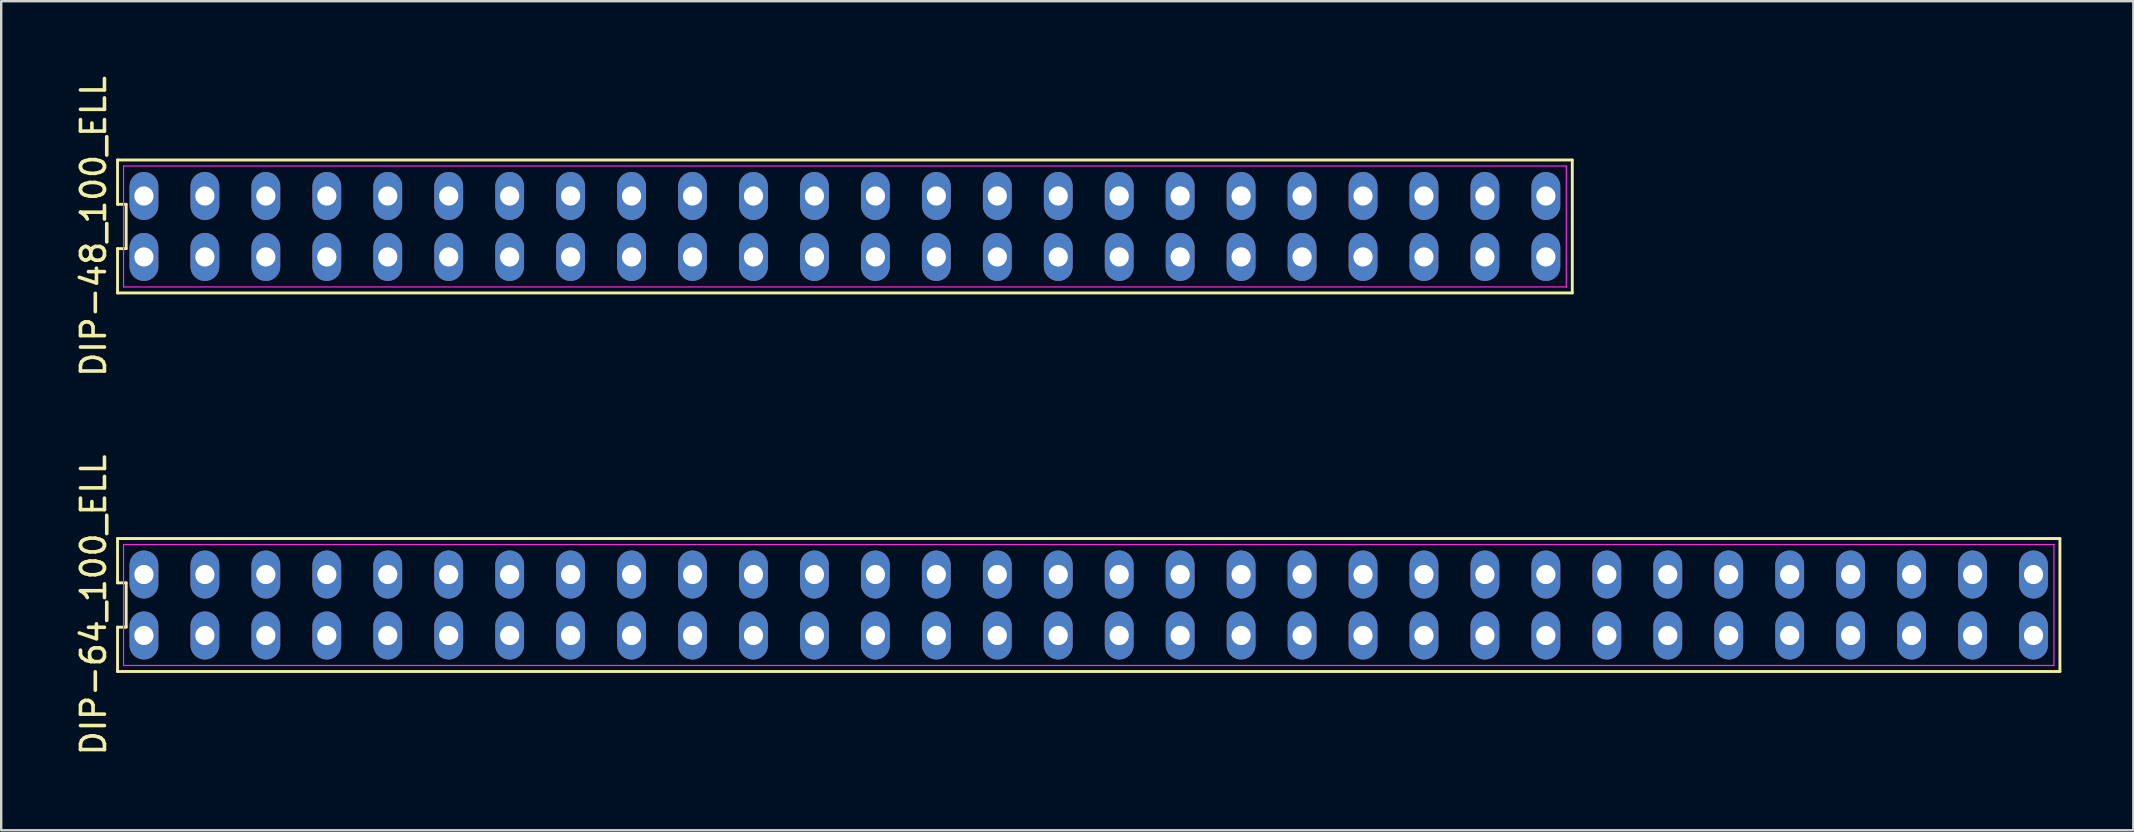
<source format=kicad_pcb>
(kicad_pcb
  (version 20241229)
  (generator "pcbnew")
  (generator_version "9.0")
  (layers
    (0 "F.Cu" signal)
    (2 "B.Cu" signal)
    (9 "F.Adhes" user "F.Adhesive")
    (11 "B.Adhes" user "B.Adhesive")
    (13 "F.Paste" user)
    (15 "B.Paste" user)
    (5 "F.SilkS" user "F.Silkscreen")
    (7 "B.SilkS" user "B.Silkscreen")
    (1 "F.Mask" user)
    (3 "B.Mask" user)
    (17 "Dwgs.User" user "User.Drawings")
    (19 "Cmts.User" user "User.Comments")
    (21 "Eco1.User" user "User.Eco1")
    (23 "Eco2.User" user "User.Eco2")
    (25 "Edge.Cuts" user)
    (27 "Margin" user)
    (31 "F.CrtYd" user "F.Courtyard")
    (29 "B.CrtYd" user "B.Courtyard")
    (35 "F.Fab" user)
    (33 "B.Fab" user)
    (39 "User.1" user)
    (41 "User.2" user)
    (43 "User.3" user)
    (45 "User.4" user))
  (footprint "DIP-48_100_ELL"
    (layer "F.Cu")
    (at 32.158 6.387)
    (property "Reference" "DIP-48_100_ELL" (at -31.31 0 90) (layer "F.SilkS") (effects (font (size 1 1) (thickness 0.15))))
    (fp_line (start -30.31 -2.77) (end -30.31 -0.923) (stroke (width 0.12) (type solid)) (layer "F.SilkS"))
    (fp_line (start -30.31 -0.923) (end -29.95 -0.923) (stroke (width 0.12) (type solid)) (layer "F.SilkS"))
    (fp_line (start -30.31 0.923) (end -30.31 2.77) (stroke (width 0.12) (type solid)) (layer "F.SilkS"))
    (fp_line (start -30.31 2.77) (end 30.31 2.77) (stroke (width 0.12) (type solid)) (layer "F.SilkS"))
    (fp_line (start -29.95 -0.923) (end -29.95 0.923) (stroke (width 0.12) (type solid)) (layer "F.SilkS"))
    (fp_line (start -29.95 0.923) (end -30.31 0.923) (stroke (width 0.12) (type solid)) (layer "F.SilkS"))
    (fp_line (start 30.31 -2.77) (end -30.31 -2.77) (stroke (width 0.12) (type solid)) (layer "F.SilkS"))
    (fp_line (start 30.31 2.77) (end 30.31 -2.77) (stroke (width 0.12) (type solid)) (layer "F.SilkS"))
    (fp_line (start -30.06 -2.52) (end 30.06 -2.52) (stroke (width 0.05) (type solid)) (layer "F.CrtYd"))
    (fp_line (start -30.06 2.52) (end -30.06 -2.52) (stroke (width 0.05) (type solid)) (layer "F.CrtYd"))
    (fp_line (start 30.06 -2.52) (end 30.06 2.52) (stroke (width 0.05) (type solid)) (layer "F.CrtYd"))
    (fp_line (start 30.06 2.52) (end -30.06 2.52) (stroke (width 0.05) (type solid)) (layer "F.CrtYd"))
    (pad "1" thru_hole oval (at -29.21 1.27) (size 1.2 2) (drill 0.8) (layers "*.Cu" "*.Mask"))
    (pad "2" thru_hole oval (at -26.67 1.27) (size 1.2 2) (drill 0.8) (layers "*.Cu" "*.Mask"))
    (pad "3" thru_hole oval (at -24.13 1.27) (size 1.2 2) (drill 0.8) (layers "*.Cu" "*.Mask"))
    (pad "4" thru_hole oval (at -21.59 1.27) (size 1.2 2) (drill 0.8) (layers "*.Cu" "*.Mask"))
    (pad "5" thru_hole oval (at -19.05 1.27) (size 1.2 2) (drill 0.8) (layers "*.Cu" "*.Mask"))
    (pad "6" thru_hole oval (at -16.51 1.27) (size 1.2 2) (drill 0.8) (layers "*.Cu" "*.Mask"))
    (pad "7" thru_hole oval (at -13.97 1.27) (size 1.2 2) (drill 0.8) (layers "*.Cu" "*.Mask"))
    (pad "8" thru_hole oval (at -11.43 1.27) (size 1.2 2) (drill 0.8) (layers "*.Cu" "*.Mask"))
    (pad "9" thru_hole oval (at -8.89 1.27) (size 1.2 2) (drill 0.8) (layers "*.Cu" "*.Mask"))
    (pad "10" thru_hole oval (at -6.35 1.27) (size 1.2 2) (drill 0.8) (layers "*.Cu" "*.Mask"))
    (pad "11" thru_hole oval (at -3.81 1.27) (size 1.2 2) (drill 0.8) (layers "*.Cu" "*.Mask"))
    (pad "12" thru_hole oval (at -1.27 1.27) (size 1.2 2) (drill 0.8) (layers "*.Cu" "*.Mask"))
    (pad "13" thru_hole oval (at 1.27 1.27) (size 1.2 2) (drill 0.8) (layers "*.Cu" "*.Mask"))
    (pad "14" thru_hole oval (at 3.81 1.27) (size 1.2 2) (drill 0.8) (layers "*.Cu" "*.Mask"))
    (pad "15" thru_hole oval (at 6.35 1.27) (size 1.2 2) (drill 0.8) (layers "*.Cu" "*.Mask"))
    (pad "16" thru_hole oval (at 8.89 1.27) (size 1.2 2) (drill 0.8) (layers "*.Cu" "*.Mask"))
    (pad "17" thru_hole oval (at 11.43 1.27) (size 1.2 2) (drill 0.8) (layers "*.Cu" "*.Mask"))
    (pad "18" thru_hole oval (at 13.97 1.27) (size 1.2 2) (drill 0.8) (layers "*.Cu" "*.Mask"))
    (pad "19" thru_hole oval (at 16.51 1.27) (size 1.2 2) (drill 0.8) (layers "*.Cu" "*.Mask"))
    (pad "20" thru_hole oval (at 19.05 1.27) (size 1.2 2) (drill 0.8) (layers "*.Cu" "*.Mask"))
    (pad "21" thru_hole oval (at 21.59 1.27) (size 1.2 2) (drill 0.8) (layers "*.Cu" "*.Mask"))
    (pad "22" thru_hole oval (at 24.13 1.27) (size 1.2 2) (drill 0.8) (layers "*.Cu" "*.Mask"))
    (pad "23" thru_hole oval (at 26.67 1.27) (size 1.2 2) (drill 0.8) (layers "*.Cu" "*.Mask"))
    (pad "24" thru_hole oval (at 29.21 1.27) (size 1.2 2) (drill 0.8) (layers "*.Cu" "*.Mask"))
    (pad "25" thru_hole oval (at 29.21 -1.27) (size 1.2 2) (drill 0.8) (layers "*.Cu" "*.Mask"))
    (pad "26" thru_hole oval (at 26.67 -1.27) (size 1.2 2) (drill 0.8) (layers "*.Cu" "*.Mask"))
    (pad "27" thru_hole oval (at 24.13 -1.27) (size 1.2 2) (drill 0.8) (layers "*.Cu" "*.Mask"))
    (pad "28" thru_hole oval (at 21.59 -1.27) (size 1.2 2) (drill 0.8) (layers "*.Cu" "*.Mask"))
    (pad "29" thru_hole oval (at 19.05 -1.27) (size 1.2 2) (drill 0.8) (layers "*.Cu" "*.Mask"))
    (pad "30" thru_hole oval (at 16.51 -1.27) (size 1.2 2) (drill 0.8) (layers "*.Cu" "*.Mask"))
    (pad "31" thru_hole oval (at 13.97 -1.27) (size 1.2 2) (drill 0.8) (layers "*.Cu" "*.Mask"))
    (pad "32" thru_hole oval (at 11.43 -1.27) (size 1.2 2) (drill 0.8) (layers "*.Cu" "*.Mask"))
    (pad "33" thru_hole oval (at 8.89 -1.27) (size 1.2 2) (drill 0.8) (layers "*.Cu" "*.Mask"))
    (pad "34" thru_hole oval (at 6.35 -1.27) (size 1.2 2) (drill 0.8) (layers "*.Cu" "*.Mask"))
    (pad "35" thru_hole oval (at 3.81 -1.27) (size 1.2 2) (drill 0.8) (layers "*.Cu" "*.Mask"))
    (pad "36" thru_hole oval (at 1.27 -1.27) (size 1.2 2) (drill 0.8) (layers "*.Cu" "*.Mask"))
    (pad "37" thru_hole oval (at -1.27 -1.27) (size 1.2 2) (drill 0.8) (layers "*.Cu" "*.Mask"))
    (pad "38" thru_hole oval (at -3.81 -1.27) (size 1.2 2) (drill 0.8) (layers "*.Cu" "*.Mask"))
    (pad "39" thru_hole oval (at -6.35 -1.27) (size 1.2 2) (drill 0.8) (layers "*.Cu" "*.Mask"))
    (pad "40" thru_hole oval (at -8.89 -1.27) (size 1.2 2) (drill 0.8) (layers "*.Cu" "*.Mask"))
    (pad "41" thru_hole oval (at -11.43 -1.27) (size 1.2 2) (drill 0.8) (layers "*.Cu" "*.Mask"))
    (pad "42" thru_hole oval (at -13.97 -1.27) (size 1.2 2) (drill 0.8) (layers "*.Cu" "*.Mask"))
    (pad "43" thru_hole oval (at -16.51 -1.27) (size 1.2 2) (drill 0.8) (layers "*.Cu" "*.Mask"))
    (pad "44" thru_hole oval (at -19.05 -1.27) (size 1.2 2) (drill 0.8) (layers "*.Cu" "*.Mask"))
    (pad "45" thru_hole oval (at -21.59 -1.27) (size 1.2 2) (drill 0.8) (layers "*.Cu" "*.Mask"))
    (pad "46" thru_hole oval (at -24.13 -1.27) (size 1.2 2) (drill 0.8) (layers "*.Cu" "*.Mask"))
    (pad "47" thru_hole oval (at -26.67 -1.27) (size 1.2 2) (drill 0.8) (layers "*.Cu" "*.Mask"))
    (pad "48" thru_hole oval (at -29.21 -1.27) (size 1.2 2) (drill 0.8) (layers "*.Cu" "*.Mask")))
  (footprint "DIP-64_100_ELL"
    (layer "F.Cu")
    (at 42.318 22.161)
    (property "Reference" "DIP-64_100_ELL" (at -41.47 0 90) (layer "F.SilkS") (effects (font (size 1 1) (thickness 0.15))))
    (fp_line (start -40.47 -2.77) (end -40.47 -0.923) (stroke (width 0.12) (type solid)) (layer "F.SilkS"))
    (fp_line (start -40.47 -0.923) (end -40.11 -0.923) (stroke (width 0.12) (type solid)) (layer "F.SilkS"))
    (fp_line (start -40.47 0.923) (end -40.47 2.77) (stroke (width 0.12) (type solid)) (layer "F.SilkS"))
    (fp_line (start -40.47 2.77) (end 40.47 2.77) (stroke (width 0.12) (type solid)) (layer "F.SilkS"))
    (fp_line (start -40.11 -0.923) (end -40.11 0.923) (stroke (width 0.12) (type solid)) (layer "F.SilkS"))
    (fp_line (start -40.11 0.923) (end -40.47 0.923) (stroke (width 0.12) (type solid)) (layer "F.SilkS"))
    (fp_line (start 40.47 -2.77) (end -40.47 -2.77) (stroke (width 0.12) (type solid)) (layer "F.SilkS"))
    (fp_line (start 40.47 2.77) (end 40.47 -2.77) (stroke (width 0.12) (type solid)) (layer "F.SilkS"))
    (fp_line (start -40.22 -2.52) (end 40.22 -2.52) (stroke (width 0.05) (type solid)) (layer "F.CrtYd"))
    (fp_line (start -40.22 2.52) (end -40.22 -2.52) (stroke (width 0.05) (type solid)) (layer "F.CrtYd"))
    (fp_line (start 40.22 -2.52) (end 40.22 2.52) (stroke (width 0.05) (type solid)) (layer "F.CrtYd"))
    (fp_line (start 40.22 2.52) (end -40.22 2.52) (stroke (width 0.05) (type solid)) (layer "F.CrtYd"))
    (pad "1" thru_hole oval (at -39.37 1.27) (size 1.2 2) (drill 0.8) (layers "*.Cu" "*.Mask"))
    (pad "2" thru_hole oval (at -36.83 1.27) (size 1.2 2) (drill 0.8) (layers "*.Cu" "*.Mask"))
    (pad "3" thru_hole oval (at -34.29 1.27) (size 1.2 2) (drill 0.8) (layers "*.Cu" "*.Mask"))
    (pad "4" thru_hole oval (at -31.75 1.27) (size 1.2 2) (drill 0.8) (layers "*.Cu" "*.Mask"))
    (pad "5" thru_hole oval (at -29.21 1.27) (size 1.2 2) (drill 0.8) (layers "*.Cu" "*.Mask"))
    (pad "6" thru_hole oval (at -26.67 1.27) (size 1.2 2) (drill 0.8) (layers "*.Cu" "*.Mask"))
    (pad "7" thru_hole oval (at -24.13 1.27) (size 1.2 2) (drill 0.8) (layers "*.Cu" "*.Mask"))
    (pad "8" thru_hole oval (at -21.59 1.27) (size 1.2 2) (drill 0.8) (layers "*.Cu" "*.Mask"))
    (pad "9" thru_hole oval (at -19.05 1.27) (size 1.2 2) (drill 0.8) (layers "*.Cu" "*.Mask"))
    (pad "10" thru_hole oval (at -16.51 1.27) (size 1.2 2) (drill 0.8) (layers "*.Cu" "*.Mask"))
    (pad "11" thru_hole oval (at -13.97 1.27) (size 1.2 2) (drill 0.8) (layers "*.Cu" "*.Mask"))
    (pad "12" thru_hole oval (at -11.43 1.27) (size 1.2 2) (drill 0.8) (layers "*.Cu" "*.Mask"))
    (pad "13" thru_hole oval (at -8.89 1.27) (size 1.2 2) (drill 0.8) (layers "*.Cu" "*.Mask"))
    (pad "14" thru_hole oval (at -6.35 1.27) (size 1.2 2) (drill 0.8) (layers "*.Cu" "*.Mask"))
    (pad "15" thru_hole oval (at -3.81 1.27) (size 1.2 2) (drill 0.8) (layers "*.Cu" "*.Mask"))
    (pad "16" thru_hole oval (at -1.27 1.27) (size 1.2 2) (drill 0.8) (layers "*.Cu" "*.Mask"))
    (pad "17" thru_hole oval (at 1.27 1.27) (size 1.2 2) (drill 0.8) (layers "*.Cu" "*.Mask"))
    (pad "18" thru_hole oval (at 3.81 1.27) (size 1.2 2) (drill 0.8) (layers "*.Cu" "*.Mask"))
    (pad "19" thru_hole oval (at 6.35 1.27) (size 1.2 2) (drill 0.8) (layers "*.Cu" "*.Mask"))
    (pad "20" thru_hole oval (at 8.89 1.27) (size 1.2 2) (drill 0.8) (layers "*.Cu" "*.Mask"))
    (pad "21" thru_hole oval (at 11.43 1.27) (size 1.2 2) (drill 0.8) (layers "*.Cu" "*.Mask"))
    (pad "22" thru_hole oval (at 13.97 1.27) (size 1.2 2) (drill 0.8) (layers "*.Cu" "*.Mask"))
    (pad "23" thru_hole oval (at 16.51 1.27) (size 1.2 2) (drill 0.8) (layers "*.Cu" "*.Mask"))
    (pad "24" thru_hole oval (at 19.05 1.27) (size 1.2 2) (drill 0.8) (layers "*.Cu" "*.Mask"))
    (pad "25" thru_hole oval (at 21.59 1.27) (size 1.2 2) (drill 0.8) (layers "*.Cu" "*.Mask"))
    (pad "26" thru_hole oval (at 24.13 1.27) (size 1.2 2) (drill 0.8) (layers "*.Cu" "*.Mask"))
    (pad "27" thru_hole oval (at 26.67 1.27) (size 1.2 2) (drill 0.8) (layers "*.Cu" "*.Mask"))
    (pad "28" thru_hole oval (at 29.21 1.27) (size 1.2 2) (drill 0.8) (layers "*.Cu" "*.Mask"))
    (pad "29" thru_hole oval (at 31.75 1.27) (size 1.2 2) (drill 0.8) (layers "*.Cu" "*.Mask"))
    (pad "30" thru_hole oval (at 34.29 1.27) (size 1.2 2) (drill 0.8) (layers "*.Cu" "*.Mask"))
    (pad "31" thru_hole oval (at 36.83 1.27) (size 1.2 2) (drill 0.8) (layers "*.Cu" "*.Mask"))
    (pad "32" thru_hole oval (at 39.37 1.27) (size 1.2 2) (drill 0.8) (layers "*.Cu" "*.Mask"))
    (pad "33" thru_hole oval (at 39.37 -1.27) (size 1.2 2) (drill 0.8) (layers "*.Cu" "*.Mask"))
    (pad "34" thru_hole oval (at 36.83 -1.27) (size 1.2 2) (drill 0.8) (layers "*.Cu" "*.Mask"))
    (pad "35" thru_hole oval (at 34.29 -1.27) (size 1.2 2) (drill 0.8) (layers "*.Cu" "*.Mask"))
    (pad "36" thru_hole oval (at 31.75 -1.27) (size 1.2 2) (drill 0.8) (layers "*.Cu" "*.Mask"))
    (pad "37" thru_hole oval (at 29.21 -1.27) (size 1.2 2) (drill 0.8) (layers "*.Cu" "*.Mask"))
    (pad "38" thru_hole oval (at 26.67 -1.27) (size 1.2 2) (drill 0.8) (layers "*.Cu" "*.Mask"))
    (pad "39" thru_hole oval (at 24.13 -1.27) (size 1.2 2) (drill 0.8) (layers "*.Cu" "*.Mask"))
    (pad "40" thru_hole oval (at 21.59 -1.27) (size 1.2 2) (drill 0.8) (layers "*.Cu" "*.Mask"))
    (pad "41" thru_hole oval (at 19.05 -1.27) (size 1.2 2) (drill 0.8) (layers "*.Cu" "*.Mask"))
    (pad "42" thru_hole oval (at 16.51 -1.27) (size 1.2 2) (drill 0.8) (layers "*.Cu" "*.Mask"))
    (pad "43" thru_hole oval (at 13.97 -1.27) (size 1.2 2) (drill 0.8) (layers "*.Cu" "*.Mask"))
    (pad "44" thru_hole oval (at 11.43 -1.27) (size 1.2 2) (drill 0.8) (layers "*.Cu" "*.Mask"))
    (pad "45" thru_hole oval (at 8.89 -1.27) (size 1.2 2) (drill 0.8) (layers "*.Cu" "*.Mask"))
    (pad "46" thru_hole oval (at 6.35 -1.27) (size 1.2 2) (drill 0.8) (layers "*.Cu" "*.Mask"))
    (pad "47" thru_hole oval (at 3.81 -1.27) (size 1.2 2) (drill 0.8) (layers "*.Cu" "*.Mask"))
    (pad "48" thru_hole oval (at 1.27 -1.27) (size 1.2 2) (drill 0.8) (layers "*.Cu" "*.Mask"))
    (pad "49" thru_hole oval (at -1.27 -1.27) (size 1.2 2) (drill 0.8) (layers "*.Cu" "*.Mask"))
    (pad "50" thru_hole oval (at -3.81 -1.27) (size 1.2 2) (drill 0.8) (layers "*.Cu" "*.Mask"))
    (pad "51" thru_hole oval (at -6.35 -1.27) (size 1.2 2) (drill 0.8) (layers "*.Cu" "*.Mask"))
    (pad "52" thru_hole oval (at -8.89 -1.27) (size 1.2 2) (drill 0.8) (layers "*.Cu" "*.Mask"))
    (pad "53" thru_hole oval (at -11.43 -1.27) (size 1.2 2) (drill 0.8) (layers "*.Cu" "*.Mask"))
    (pad "54" thru_hole oval (at -13.97 -1.27) (size 1.2 2) (drill 0.8) (layers "*.Cu" "*.Mask"))
    (pad "55" thru_hole oval (at -16.51 -1.27) (size 1.2 2) (drill 0.8) (layers "*.Cu" "*.Mask"))
    (pad "56" thru_hole oval (at -19.05 -1.27) (size 1.2 2) (drill 0.8) (layers "*.Cu" "*.Mask"))
    (pad "57" thru_hole oval (at -21.59 -1.27) (size 1.2 2) (drill 0.8) (layers "*.Cu" "*.Mask"))
    (pad "58" thru_hole oval (at -24.13 -1.27) (size 1.2 2) (drill 0.8) (layers "*.Cu" "*.Mask"))
    (pad "59" thru_hole oval (at -26.67 -1.27) (size 1.2 2) (drill 0.8) (layers "*.Cu" "*.Mask"))
    (pad "60" thru_hole oval (at -29.21 -1.27) (size 1.2 2) (drill 0.8) (layers "*.Cu" "*.Mask"))
    (pad "61" thru_hole oval (at -31.75 -1.27) (size 1.2 2) (drill 0.8) (layers "*.Cu" "*.Mask"))
    (pad "62" thru_hole oval (at -34.29 -1.27) (size 1.2 2) (drill 0.8) (layers "*.Cu" "*.Mask"))
    (pad "63" thru_hole oval (at -36.83 -1.27) (size 1.2 2) (drill 0.8) (layers "*.Cu" "*.Mask"))
    (pad "64" thru_hole oval (at -39.37 -1.27) (size 1.2 2) (drill 0.8) (layers "*.Cu" "*.Mask")))
  (gr_rect
    (start -3 -3)
    (end 85.848 31.548)
    (stroke (width 0.1) (type default))
    (fill no)
    (layer "Edge.Cuts")))
</source>
